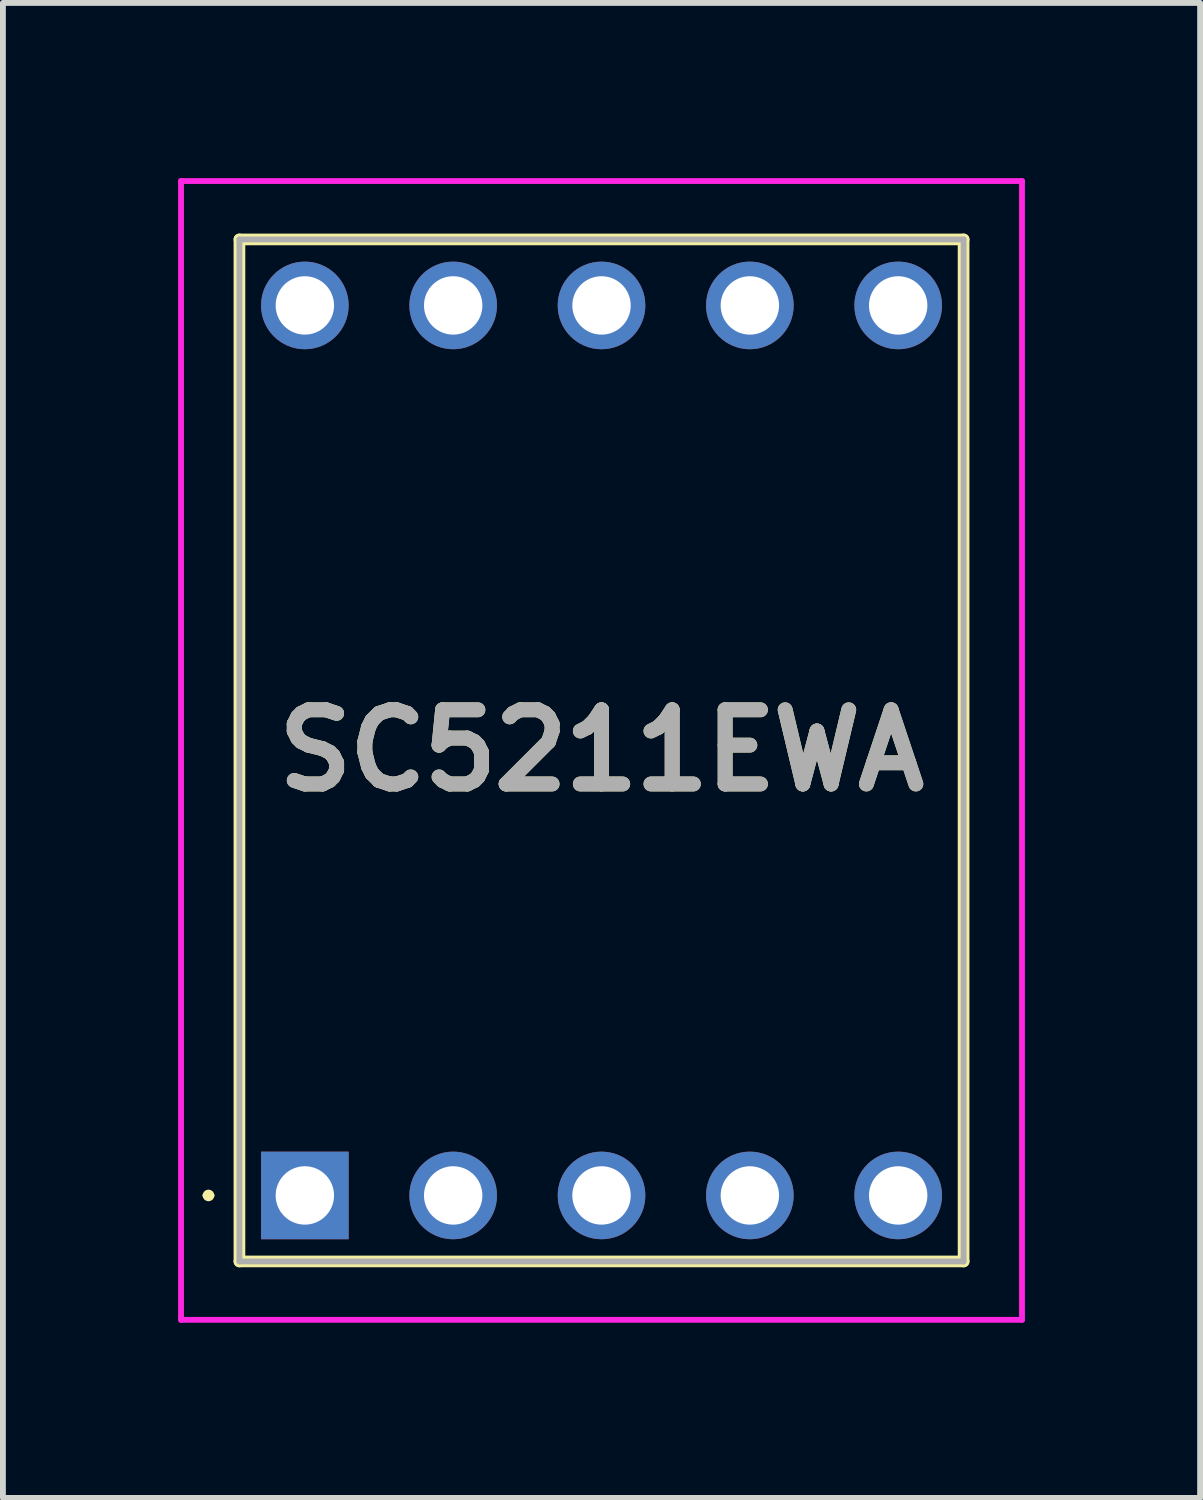
<source format=kicad_pcb>
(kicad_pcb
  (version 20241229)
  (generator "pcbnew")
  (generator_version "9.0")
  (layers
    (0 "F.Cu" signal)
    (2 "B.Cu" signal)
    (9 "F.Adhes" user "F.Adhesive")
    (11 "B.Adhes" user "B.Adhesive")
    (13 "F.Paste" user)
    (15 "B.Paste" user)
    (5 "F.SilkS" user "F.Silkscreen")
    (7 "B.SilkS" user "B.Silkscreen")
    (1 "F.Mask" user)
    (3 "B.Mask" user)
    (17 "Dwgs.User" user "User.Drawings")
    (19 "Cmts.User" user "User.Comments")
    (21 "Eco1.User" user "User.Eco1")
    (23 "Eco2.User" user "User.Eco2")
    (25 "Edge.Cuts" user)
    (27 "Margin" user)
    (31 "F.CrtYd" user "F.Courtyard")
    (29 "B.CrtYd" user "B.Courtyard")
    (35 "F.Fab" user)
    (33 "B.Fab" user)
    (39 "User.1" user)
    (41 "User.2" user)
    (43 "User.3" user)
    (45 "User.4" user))
  (footprint "SC5211EWA"
    (layer "F.Cu")
    (at 2.17 17.42)
    (property "Reference" "SC5211EWA" (at 5.08 -7.62 0) (layer "F.SilkS") (effects (font (size 1.27 1.27) (thickness 0.254))))
    (attr through_hole)
    (fp_line (start -1.7 0) (end -1.7 0) (stroke (width 0.1) (type solid)) (layer "F.SilkS"))
    (fp_line (start -1.6 0) (end -1.6 0) (stroke (width 0.1) (type solid)) (layer "F.SilkS"))
    (fp_line (start -1.12 -16.37) (end -1.12 1.13) (stroke (width 0.2) (type solid)) (layer "F.SilkS"))
    (fp_line (start -1.12 1.13) (end 11.28 1.13) (stroke (width 0.2) (type solid)) (layer "F.SilkS"))
    (fp_line (start 11.28 -16.37) (end -1.12 -16.37) (stroke (width 0.2) (type solid)) (layer "F.SilkS"))
    (fp_line (start 11.28 1.13) (end 11.28 -16.37) (stroke (width 0.2) (type solid)) (layer "F.SilkS"))
    (fp_arc (start -1.7 0) (mid -1.65 -0.05) (end -1.6 0) (stroke (width 0.1) (type solid)) (layer "F.SilkS"))
    (fp_arc (start -1.6 0) (mid -1.65 0.05) (end -1.7 0) (stroke (width 0.1) (type solid)) (layer "F.SilkS"))
    (fp_line (start -2.12 -17.37) (end 12.28 -17.37) (stroke (width 0.1) (type solid)) (layer "F.CrtYd"))
    (fp_line (start -2.12 2.13) (end -2.12 -17.37) (stroke (width 0.1) (type solid)) (layer "F.CrtYd"))
    (fp_line (start 12.28 -17.37) (end 12.28 2.13) (stroke (width 0.1) (type solid)) (layer "F.CrtYd"))
    (fp_line (start 12.28 2.13) (end -2.12 2.13) (stroke (width 0.1) (type solid)) (layer "F.CrtYd"))
    (fp_line (start -1.12 -16.37) (end 11.28 -16.37) (stroke (width 0.1) (type solid)) (layer "F.Fab"))
    (fp_line (start -1.12 1.13) (end -1.12 -16.37) (stroke (width 0.1) (type solid)) (layer "F.Fab"))
    (fp_line (start 11.28 -16.37) (end 11.28 1.13) (stroke (width 0.1) (type solid)) (layer "F.Fab"))
    (fp_line (start 11.28 1.13) (end -1.12 1.13) (stroke (width 0.1) (type solid)) (layer "F.Fab"))
    (fp_text user "${REFERENCE}" (at 5.08 -7.62 0) (layer "F.Fab") (effects (font (size 1.27 1.27) (thickness 0.254))))
    (pad "1" thru_hole rect (at 0 0) (size 1.5 1.5) (drill 1) (layers "*.Cu" "*.Mask"))
    (pad "2" thru_hole circle (at 2.54 0) (size 1.5 1.5) (drill 1) (layers "*.Cu" "*.Mask"))
    (pad "3" thru_hole circle (at 5.08 0) (size 1.5 1.5) (drill 1) (layers "*.Cu" "*.Mask"))
    (pad "4" thru_hole circle (at 7.62 0) (size 1.5 1.5) (drill 1) (layers "*.Cu" "*.Mask"))
    (pad "5" thru_hole circle (at 10.16 0) (size 1.5 1.5) (drill 1) (layers "*.Cu" "*.Mask"))
    (pad "6" thru_hole circle (at 10.16 -15.24) (size 1.5 1.5) (drill 1) (layers "*.Cu" "*.Mask"))
    (pad "7" thru_hole circle (at 7.62 -15.24) (size 1.5 1.5) (drill 1) (layers "*.Cu" "*.Mask"))
    (pad "8" thru_hole circle (at 5.08 -15.24) (size 1.5 1.5) (drill 1) (layers "*.Cu" "*.Mask"))
    (pad "9" thru_hole circle (at 2.54 -15.24) (size 1.5 1.5) (drill 1) (layers "*.Cu" "*.Mask"))
    (pad "10" thru_hole circle (at 0 -15.24) (size 1.5 1.5) (drill 1) (layers "*.Cu" "*.Mask")))
  (gr_rect
    (start -3 -3)
    (end 17.5 22.6)
    (stroke (width 0.1) (type default))
    (fill no)
    (layer "Edge.Cuts")))
</source>
